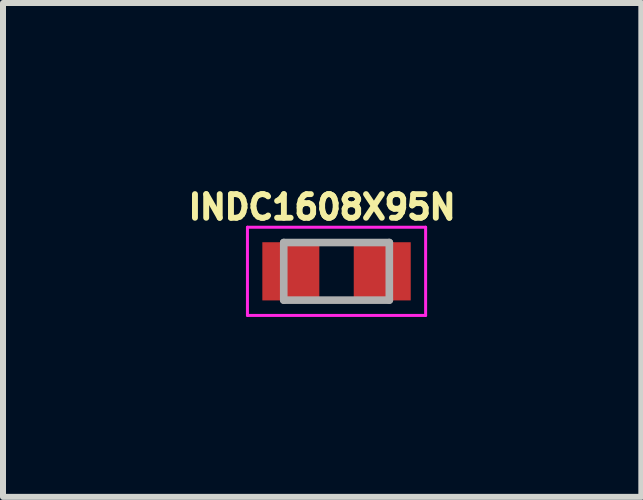
<source format=kicad_pcb>
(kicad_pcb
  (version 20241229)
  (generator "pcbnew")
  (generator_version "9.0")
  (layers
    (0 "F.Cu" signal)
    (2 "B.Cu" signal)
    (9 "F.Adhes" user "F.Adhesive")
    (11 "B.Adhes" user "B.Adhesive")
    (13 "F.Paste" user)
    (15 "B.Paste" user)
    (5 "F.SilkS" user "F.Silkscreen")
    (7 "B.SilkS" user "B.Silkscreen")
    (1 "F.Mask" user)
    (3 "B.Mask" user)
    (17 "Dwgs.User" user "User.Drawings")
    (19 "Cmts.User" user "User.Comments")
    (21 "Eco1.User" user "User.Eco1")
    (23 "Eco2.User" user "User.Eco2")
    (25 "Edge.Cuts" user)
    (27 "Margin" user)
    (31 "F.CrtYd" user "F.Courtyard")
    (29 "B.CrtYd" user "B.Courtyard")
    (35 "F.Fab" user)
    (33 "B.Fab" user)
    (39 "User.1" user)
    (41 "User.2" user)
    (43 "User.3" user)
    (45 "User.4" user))
  (footprint "INDC1608X95N"
    (layer "F.Cu")
    (at 2.56 1.473)
    (property "Reference" "INDC1608X95N" (at -0.24 -1.07 0) (layer "F.SilkS") (effects (font (size 0.394 0.394) (thickness 0.15))))
    (attr smd)
    (fp_line (start -1.485 -0.735) (end 1.485 -0.735) (stroke (width 0.05) (type solid)) (layer "F.CrtYd"))
    (fp_line (start -1.485 0.735) (end -1.485 -0.735) (stroke (width 0.05) (type solid)) (layer "F.CrtYd"))
    (fp_line (start -1.485 0.735) (end 1.485 0.735) (stroke (width 0.05) (type solid)) (layer "F.CrtYd"))
    (fp_line (start 1.485 0.735) (end 1.485 -0.735) (stroke (width 0.05) (type solid)) (layer "F.CrtYd"))
    (fp_line (start -0.88 0.48) (end -0.88 -0.48) (stroke (width 0.127) (type solid)) (layer "F.Fab"))
    (fp_line (start 0.88 -0.48) (end -0.88 -0.48) (stroke (width 0.127) (type solid)) (layer "F.Fab"))
    (fp_line (start 0.88 0.48) (end -0.88 0.48) (stroke (width 0.127) (type solid)) (layer "F.Fab"))
    (fp_line (start 0.88 0.48) (end 0.88 -0.48) (stroke (width 0.127) (type solid)) (layer "F.Fab"))
    (pad "1" smd rect (at -0.762 0) (size 0.95 0.97) (layers "F.Cu" "F.Mask" "F.Paste"))
    (pad "2" smd rect (at 0.762 0) (size 0.95 0.97) (layers "F.Cu" "F.Mask" "F.Paste")))
  (gr_rect
    (start -3 -3)
    (end 7.641 5.233)
    (stroke (width 0.1) (type default))
    (fill no)
    (layer "Edge.Cuts")))
</source>
